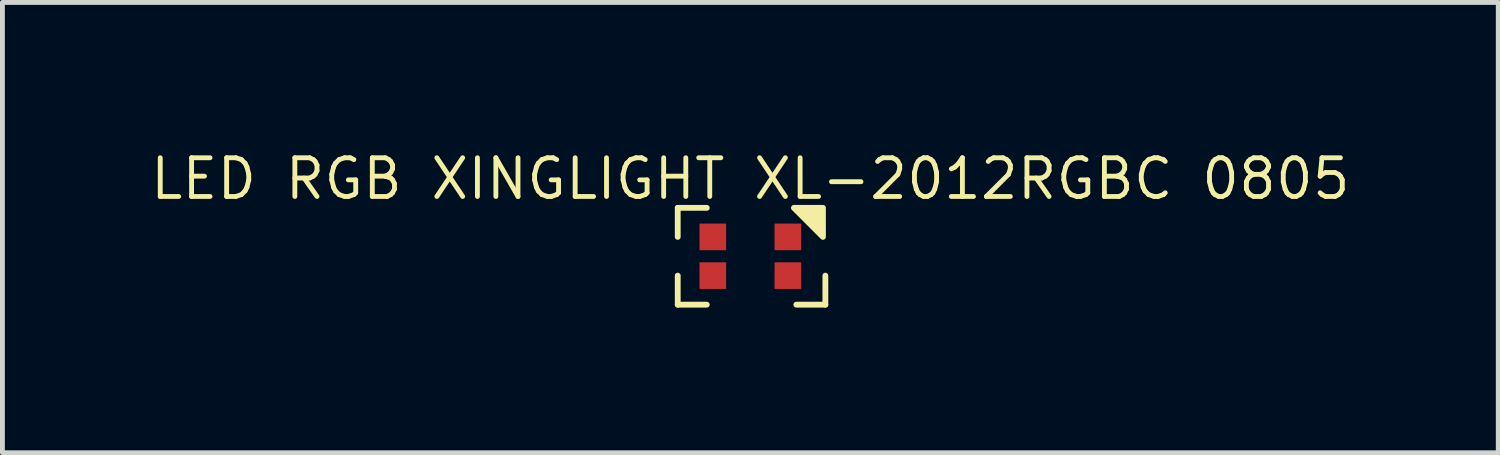
<source format=kicad_pcb>
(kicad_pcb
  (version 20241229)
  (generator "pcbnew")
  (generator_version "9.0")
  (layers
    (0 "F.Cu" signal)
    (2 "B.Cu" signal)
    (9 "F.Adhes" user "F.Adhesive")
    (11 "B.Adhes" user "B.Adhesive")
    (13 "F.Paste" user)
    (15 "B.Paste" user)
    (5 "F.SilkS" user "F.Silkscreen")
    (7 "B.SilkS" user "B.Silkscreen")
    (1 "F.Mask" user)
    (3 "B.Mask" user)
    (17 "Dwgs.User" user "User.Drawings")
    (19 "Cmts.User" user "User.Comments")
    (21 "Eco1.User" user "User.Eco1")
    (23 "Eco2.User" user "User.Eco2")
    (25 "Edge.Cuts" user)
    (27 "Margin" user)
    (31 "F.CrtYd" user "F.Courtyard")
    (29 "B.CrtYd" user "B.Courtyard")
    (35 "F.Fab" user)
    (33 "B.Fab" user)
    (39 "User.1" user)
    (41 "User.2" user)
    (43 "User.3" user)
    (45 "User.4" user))
  (footprint "LED RGB XINGLIGHT XL-2012RGBC 0805"
    (layer "F.Cu")
    (at 12.451 2.244)
    (property "Reference" "LED RGB XINGLIGHT XL-2012RGBC 0805" (at 0 -1.6 0) (unlocked yes) (layer "F.SilkS") (effects (font (size 0.8 0.8) (thickness 0.1))))
    (attr smd)
    (fp_line (start -1.5 -1) (end -1.5 -0.4) (stroke (width 0.12) (type default)) (layer "F.SilkS"))
    (fp_line (start -1.5 -1) (end -0.9 -1) (stroke (width 0.12) (type default)) (layer "F.SilkS"))
    (fp_line (start -1.5 1) (end -1.5 0.4) (stroke (width 0.12) (type default)) (layer "F.SilkS"))
    (fp_line (start -1.5 1) (end -0.9 1) (stroke (width 0.12) (type default)) (layer "F.SilkS"))
    (fp_line (start 1.55 0.4) (end 1.55 1) (stroke (width 0.12) (type default)) (layer "F.SilkS"))
    (fp_line (start 1.55 1) (end 0.95 1) (stroke (width 0.12) (type default)) (layer "F.SilkS"))
    (fp_poly (pts (xy 0.9 -1) (xy 1.5 -1) (xy 1.5 -0.4)) (stroke (width 0.12) (type solid)) (fill yes) (layer "F.SilkS"))
    (pad "1" smd rect (at 0.775 0.4) (size 0.55 0.55) (layers "F.Cu" "F.Mask" "F.Paste"))
    (pad "2" smd rect (at -0.775 0.4) (size 0.55 0.55) (layers "F.Cu" "F.Mask" "F.Paste"))
    (pad "3" smd rect (at 0.775 -0.4) (size 0.55 0.55) (layers "F.Cu" "F.Mask" "F.Paste"))
    (pad "4" smd rect (at -0.775 -0.4) (size 0.55 0.55) (layers "F.Cu" "F.Mask" "F.Paste")))
  (gr_rect
    (start -3 -3)
    (end 27.902 6.303)
    (stroke (width 0.1) (type default))
    (fill no)
    (layer "Edge.Cuts")))
</source>
